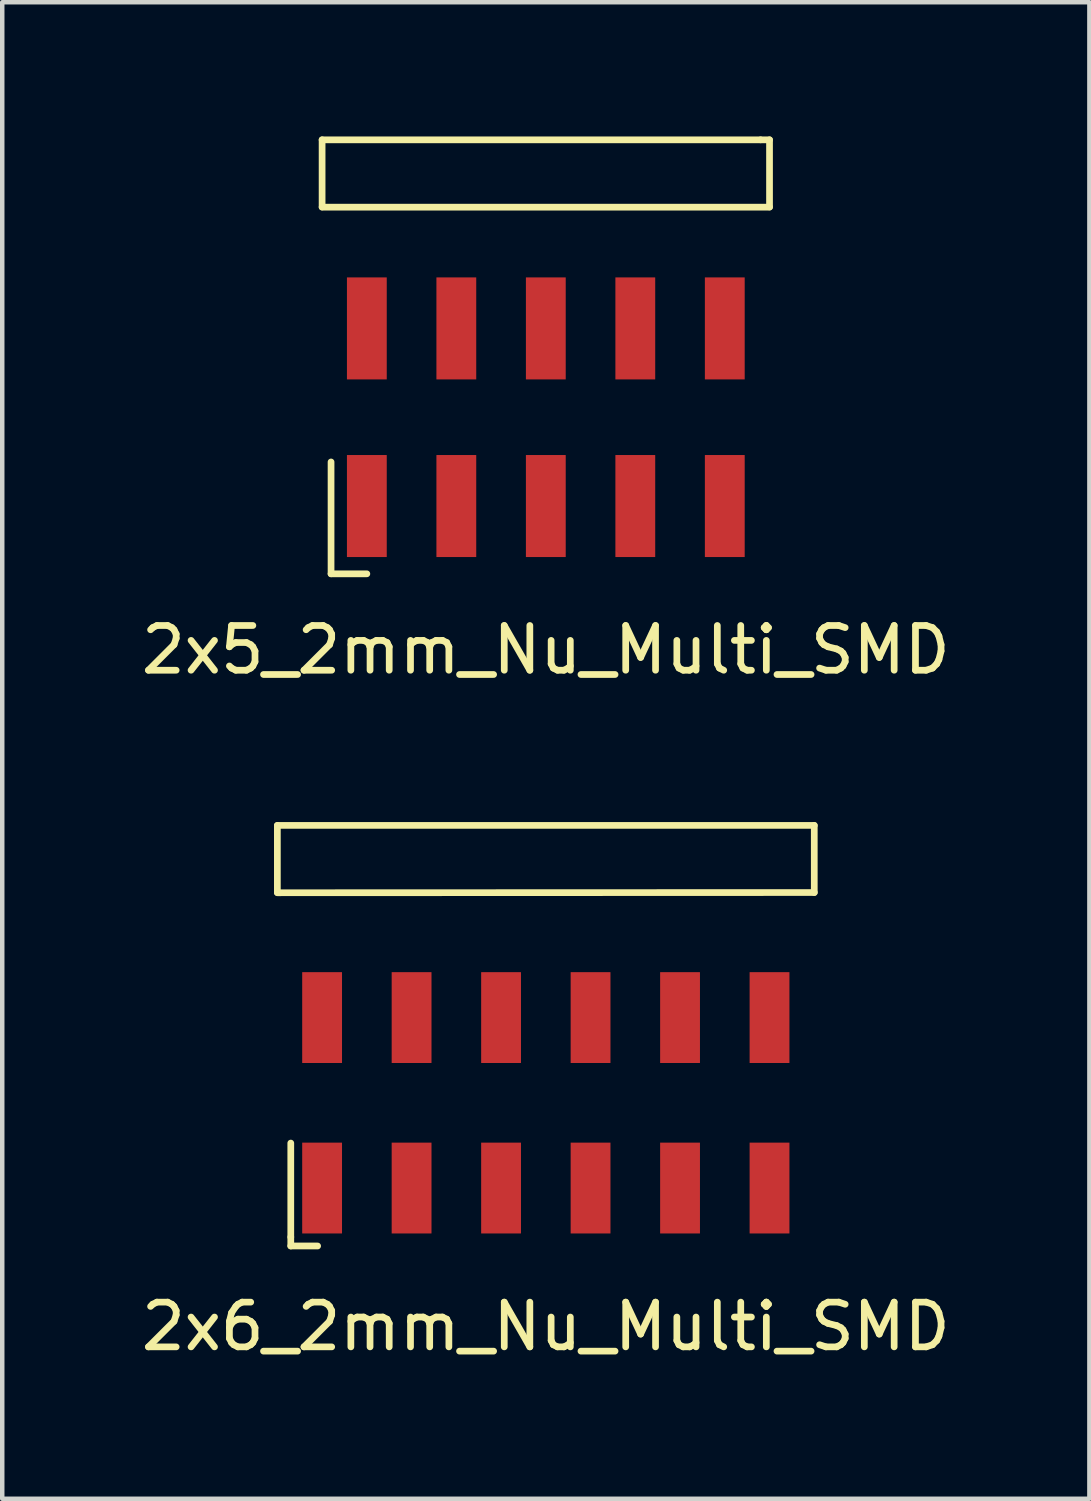
<source format=kicad_pcb>
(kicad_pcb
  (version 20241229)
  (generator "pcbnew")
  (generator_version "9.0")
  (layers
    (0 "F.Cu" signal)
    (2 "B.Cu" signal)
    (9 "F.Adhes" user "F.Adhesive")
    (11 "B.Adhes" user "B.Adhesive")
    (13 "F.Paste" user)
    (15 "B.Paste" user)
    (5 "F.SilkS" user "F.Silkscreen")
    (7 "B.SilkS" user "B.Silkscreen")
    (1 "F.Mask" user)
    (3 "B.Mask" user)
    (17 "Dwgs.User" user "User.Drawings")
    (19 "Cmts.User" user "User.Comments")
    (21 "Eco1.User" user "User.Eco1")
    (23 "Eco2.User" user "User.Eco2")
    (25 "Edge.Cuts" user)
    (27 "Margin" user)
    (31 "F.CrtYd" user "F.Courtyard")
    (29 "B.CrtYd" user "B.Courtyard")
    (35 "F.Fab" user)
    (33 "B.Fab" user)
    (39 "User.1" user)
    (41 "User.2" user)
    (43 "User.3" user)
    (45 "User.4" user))
  (footprint "2x6_2mm_Nu_Multi_SMD"
    (layer "F.Cu")
    (at 9.149 21.398)
    (property "Reference" "2x6_2mm_Nu_Multi_SMD" (at 0 5.2 0) (layer "F.SilkS") (effects (font (size 1 1) (thickness 0.15))))
    (attr through_hole)
    (fp_line (start -6 -6) (end 6 -6) (stroke (width 0.15) (type solid)) (layer "F.SilkS"))
    (fp_line (start -6 -4.5) (end -6 -6) (stroke (width 0.15) (type solid)) (layer "F.SilkS"))
    (fp_line (start -6 -4.495) (end 6 -4.5) (stroke (width 0.15) (type solid)) (layer "F.SilkS"))
    (fp_line (start -5.7 1.1) (end -5.7 3.2) (stroke (width 0.15) (type solid)) (layer "F.SilkS"))
    (fp_line (start -5.7 3.2) (end -5.7 3.4) (stroke (width 0.15) (type solid)) (layer "F.SilkS"))
    (fp_line (start -5.7 3.4) (end -5.1 3.4) (stroke (width 0.15) (type solid)) (layer "F.SilkS"))
    (fp_line (start 6 -6) (end 6 -4.5) (stroke (width 0.15) (type solid)) (layer "F.SilkS"))
    (pad "1" smd rect (at -5 2.105) (size 0.89 2.03) (layers "F.Cu" "F.Mask" "F.Paste"))
    (pad "2" smd rect (at -5 -1.705) (size 0.89 2.03) (layers "F.Cu" "F.Mask" "F.Paste"))
    (pad "3" smd rect (at -3 2.105) (size 0.89 2.03) (layers "F.Cu" "F.Mask" "F.Paste"))
    (pad "4" smd rect (at -3 -1.705) (size 0.89 2.03) (layers "F.Cu" "F.Mask" "F.Paste"))
    (pad "5" smd rect (at -1 2.105) (size 0.89 2.03) (layers "F.Cu" "F.Mask" "F.Paste"))
    (pad "6" smd rect (at -1 -1.705) (size 0.89 2.03) (layers "F.Cu" "F.Mask" "F.Paste"))
    (pad "7" smd rect (at 1 2.105) (size 0.89 2.03) (layers "F.Cu" "F.Mask" "F.Paste"))
    (pad "8" smd rect (at 1 -1.705) (size 0.89 2.03) (layers "F.Cu" "F.Mask" "F.Paste"))
    (pad "9" smd rect (at 3 2.105) (size 0.89 2.03) (layers "F.Cu" "F.Mask" "F.Paste"))
    (pad "10" smd rect (at 3 -1.705) (size 0.89 2.03) (layers "F.Cu" "F.Mask" "F.Paste"))
    (pad "11" smd rect (at 5 2.105) (size 0.89 2.03) (layers "F.Cu" "F.Mask" "F.Paste"))
    (pad "12" smd rect (at 5 -1.705) (size 0.89 2.03) (layers "F.Cu" "F.Mask" "F.Paste")))
  (footprint "2x5_2mm_Nu_Multi_SMD"
    (layer "F.Cu")
    (at 9.149 6.275)
    (property "Reference" "2x5_2mm_Nu_Multi_SMD" (at 0 5.2 0) (layer "F.SilkS") (effects (font (size 1 1) (thickness 0.15))))
    (attr smd)
    (fp_line (start -5 -6.2) (end 4.8 -6.2) (stroke (width 0.15) (type solid)) (layer "F.SilkS"))
    (fp_line (start -5 -4.7) (end -5 -6.2) (stroke (width 0.15) (type solid)) (layer "F.SilkS"))
    (fp_line (start -5 -4.695) (end 5 -4.695) (stroke (width 0.15) (type solid)) (layer "F.SilkS"))
    (fp_line (start -4.8 1) (end -4.8 3.5) (stroke (width 0.15) (type solid)) (layer "F.SilkS"))
    (fp_line (start -4.8 3.5) (end -4 3.5) (stroke (width 0.15) (type solid)) (layer "F.SilkS"))
    (fp_line (start 4.8 -6.2) (end 5 -6.2) (stroke (width 0.15) (type solid)) (layer "F.SilkS"))
    (fp_line (start 5 -6.2) (end 5 -4.7) (stroke (width 0.15) (type solid)) (layer "F.SilkS"))
    (pad "1" smd rect (at -4 1.985) (size 0.89 2.28) (layers "F.Cu" "F.Mask" "F.Paste"))
    (pad "2" smd rect (at -4 -1.985) (size 0.89 2.28) (layers "F.Cu" "F.Mask" "F.Paste"))
    (pad "3" smd rect (at -2 1.985) (size 0.89 2.28) (layers "F.Cu" "F.Mask" "F.Paste"))
    (pad "4" smd rect (at -2 -1.985) (size 0.89 2.28) (layers "F.Cu" "F.Mask" "F.Paste"))
    (pad "5" smd rect (at 0 1.985) (size 0.89 2.28) (layers "F.Cu" "F.Mask" "F.Paste"))
    (pad "6" smd rect (at 0 -1.985) (size 0.89 2.28) (layers "F.Cu" "F.Mask" "F.Paste"))
    (pad "7" smd rect (at 2 1.985) (size 0.89 2.28) (layers "F.Cu" "F.Mask" "F.Paste"))
    (pad "8" smd rect (at 2 -1.985) (size 0.89 2.28) (layers "F.Cu" "F.Mask" "F.Paste"))
    (pad "9" smd rect (at 4 1.985) (size 0.89 2.28) (layers "F.Cu" "F.Mask" "F.Paste"))
    (pad "10" smd rect (at 4 -1.985) (size 0.89 2.28) (layers "F.Cu" "F.Mask" "F.Paste")))
  (gr_rect
    (start -3 -3)
    (end 21.298 30.447)
    (stroke (width 0.1) (type default))
    (fill no)
    (layer "Edge.Cuts")))
</source>
